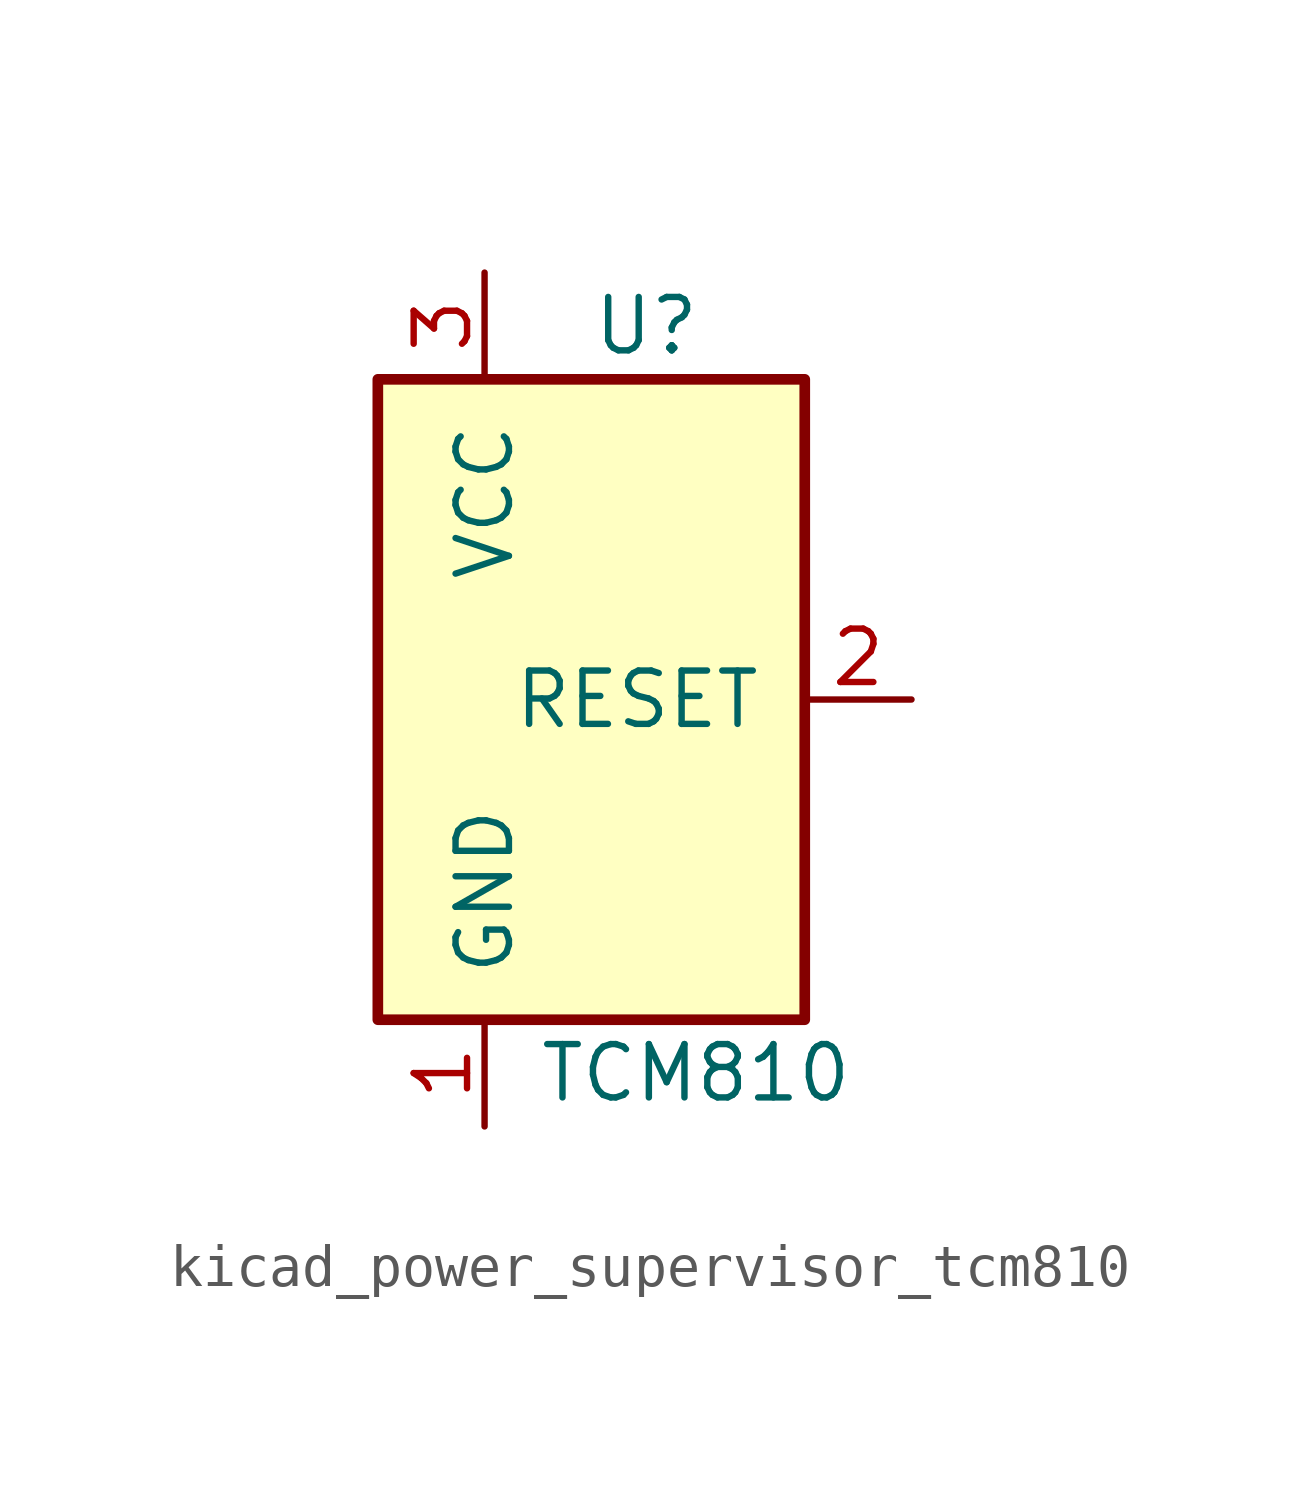
<source format=kicad_sym>
(kicad_symbol_lib
  (version 20220914)
  (generator kicad_symbol_editor)
  (symbol "kicad_power_supervisor_tcm810"
    (pin_names
      (offset 1.016))
    (property "Reference" "U"
      (at 0 8.89 0)
      (effects (font (size 1.27 1.27)) (justify left)))
    (property "Value" "TCM810"
      (at -1.27 -8.89 0)
      (effects (font (size 1.27 1.27)) (justify left)))
    (symbol "kicad_power_supervisor_tcm810_1_1"
      (rectangle (start -5.08 7.62) (end 5.08 -7.62) (stroke (width 0.254) (type default)) (fill (type background)))
      (pin power_in line (at -2.54 -10.16 90) (length 2.54) (name "GND" (effects (font (size 1.27 1.27)))) (number "1" (effects (font (size 1.27 1.27)))))
      (pin output line (at 7.62 0 180) (length 2.54) (name "RESET" (effects (font (size 1.27 1.27)))) (number "2" (effects (font (size 1.27 1.27)))))
      (pin power_in line (at -2.54 10.16 270) (length 2.54) (name "VCC" (effects (font (size 1.27 1.27)))) (number "3" (effects (font (size 1.27 1.27))))))))
</source>
